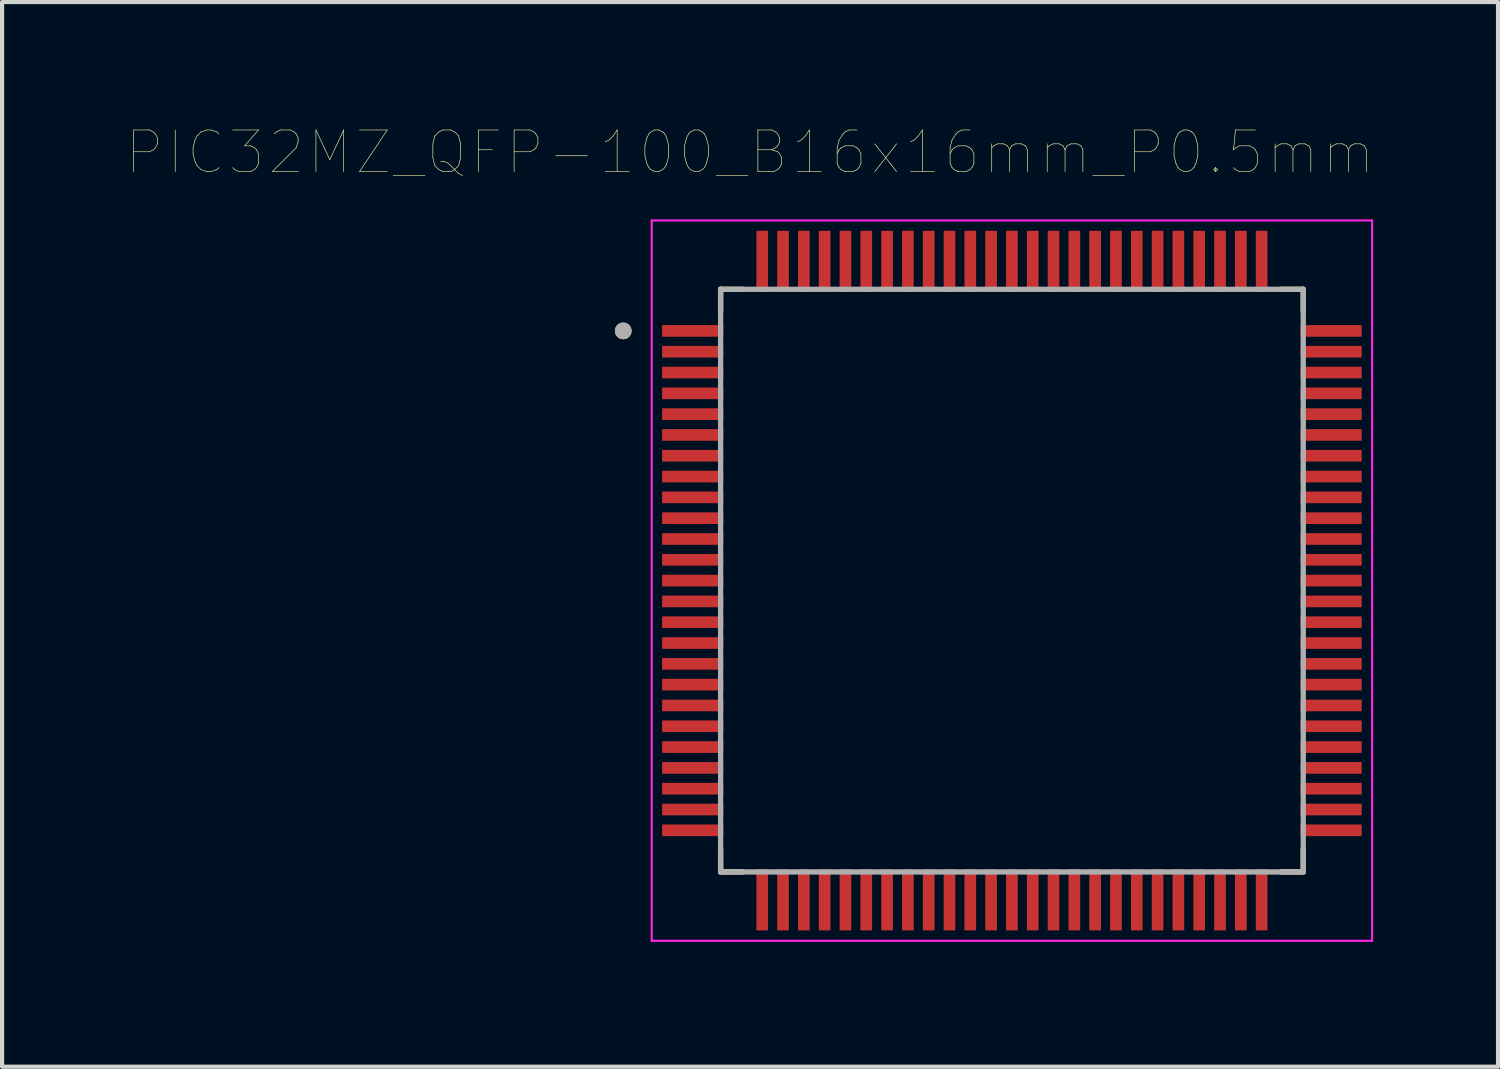
<source format=kicad_pcb>
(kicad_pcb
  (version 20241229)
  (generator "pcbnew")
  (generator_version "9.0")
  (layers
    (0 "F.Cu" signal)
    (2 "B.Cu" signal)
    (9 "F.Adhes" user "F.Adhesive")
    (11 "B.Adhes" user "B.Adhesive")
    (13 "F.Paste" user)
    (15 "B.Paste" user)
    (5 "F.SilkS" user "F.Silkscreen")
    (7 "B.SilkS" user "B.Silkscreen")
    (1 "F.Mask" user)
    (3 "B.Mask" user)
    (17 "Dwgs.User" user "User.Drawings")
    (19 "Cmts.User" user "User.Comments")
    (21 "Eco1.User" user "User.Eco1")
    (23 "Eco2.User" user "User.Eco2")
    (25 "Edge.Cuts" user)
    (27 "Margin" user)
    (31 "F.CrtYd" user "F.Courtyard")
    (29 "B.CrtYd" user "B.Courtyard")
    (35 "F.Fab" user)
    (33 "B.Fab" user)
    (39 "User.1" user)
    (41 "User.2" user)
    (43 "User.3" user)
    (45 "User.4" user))
  (footprint "PIC32MZ_QFP-100_B16x16mm_P0.5mm"
    (layer "F.Cu")
    (at 21.265 10.901)
    (property "Reference" "PIC32MZ_QFP-100_B16x16mm_P0.5mm" (at -6.295 -10.29 0) (layer "F.SilkS") (effects (font (size 1 1) (thickness 0.015))))
    (attr through_hole)
    (fp_line (start -7 -7) (end -7 -6.46) (stroke (width 0.127) (type solid)) (layer "F.SilkS"))
    (fp_line (start -7 -7) (end -6.46 -7) (stroke (width 0.127) (type solid)) (layer "F.SilkS"))
    (fp_line (start -7 7) (end -7 6.46) (stroke (width 0.127) (type solid)) (layer "F.SilkS"))
    (fp_line (start -7 7) (end -6.46 7) (stroke (width 0.127) (type solid)) (layer "F.SilkS"))
    (fp_line (start 7 -7) (end 6.46 -7) (stroke (width 0.127) (type solid)) (layer "F.SilkS"))
    (fp_line (start 7 -7) (end 7 -6.46) (stroke (width 0.127) (type solid)) (layer "F.SilkS"))
    (fp_line (start 7 7) (end 6.46 7) (stroke (width 0.127) (type solid)) (layer "F.SilkS"))
    (fp_line (start 7 7) (end 7 6.46) (stroke (width 0.127) (type solid)) (layer "F.SilkS"))
    (fp_circle (center -9.34 -6) (end -9.24 -6) (stroke (width 0.2) (type solid)) (fill no) (layer "F.SilkS"))
    (fp_line (start -8.655 -8.655) (end 8.655 -8.655) (stroke (width 0.05) (type solid)) (layer "F.CrtYd"))
    (fp_line (start -8.655 8.655) (end -8.655 -8.655) (stroke (width 0.05) (type solid)) (layer "F.CrtYd"))
    (fp_line (start -8.655 8.655) (end 8.655 8.655) (stroke (width 0.05) (type solid)) (layer "F.CrtYd"))
    (fp_line (start 8.655 8.655) (end 8.655 -8.655) (stroke (width 0.05) (type solid)) (layer "F.CrtYd"))
    (fp_line (start -7 7) (end -7 -7) (stroke (width 0.127) (type solid)) (layer "F.Fab"))
    (fp_line (start 7 -7) (end -7 -7) (stroke (width 0.127) (type solid)) (layer "F.Fab"))
    (fp_line (start 7 7) (end -7 7) (stroke (width 0.127) (type solid)) (layer "F.Fab"))
    (fp_line (start 7 7) (end 7 -7) (stroke (width 0.127) (type solid)) (layer "F.Fab"))
    (fp_circle (center -9.34 -6) (end -9.24 -6) (stroke (width 0.2) (type solid)) (fill no) (layer "F.Fab"))
    (pad "1" smd rect (at -7.67 -6) (size 1.47 0.28) (layers "F.Cu" "F.Mask" "F.Paste"))
    (pad "2" smd rect (at -7.67 -5.5) (size 1.47 0.28) (layers "F.Cu" "F.Mask" "F.Paste"))
    (pad "3" smd rect (at -7.67 -5) (size 1.47 0.28) (layers "F.Cu" "F.Mask" "F.Paste"))
    (pad "4" smd rect (at -7.67 -4.5) (size 1.47 0.28) (layers "F.Cu" "F.Mask" "F.Paste"))
    (pad "5" smd rect (at -7.67 -4) (size 1.47 0.28) (layers "F.Cu" "F.Mask" "F.Paste"))
    (pad "6" smd rect (at -7.67 -3.5) (size 1.47 0.28) (layers "F.Cu" "F.Mask" "F.Paste"))
    (pad "7" smd rect (at -7.67 -3) (size 1.47 0.28) (layers "F.Cu" "F.Mask" "F.Paste"))
    (pad "8" smd rect (at -7.67 -2.5) (size 1.47 0.28) (layers "F.Cu" "F.Mask" "F.Paste"))
    (pad "9" smd rect (at -7.67 -2) (size 1.47 0.28) (layers "F.Cu" "F.Mask" "F.Paste"))
    (pad "10" smd rect (at -7.67 -1.5) (size 1.47 0.28) (layers "F.Cu" "F.Mask" "F.Paste"))
    (pad "11" smd rect (at -7.67 -1) (size 1.47 0.28) (layers "F.Cu" "F.Mask" "F.Paste"))
    (pad "12" smd rect (at -7.67 -0.5) (size 1.47 0.28) (layers "F.Cu" "F.Mask" "F.Paste"))
    (pad "13" smd rect (at -7.67 0) (size 1.47 0.28) (layers "F.Cu" "F.Mask" "F.Paste"))
    (pad "14" smd rect (at -7.67 0.5) (size 1.47 0.28) (layers "F.Cu" "F.Mask" "F.Paste"))
    (pad "15" smd rect (at -7.67 1) (size 1.47 0.28) (layers "F.Cu" "F.Mask" "F.Paste"))
    (pad "16" smd rect (at -7.67 1.5) (size 1.47 0.28) (layers "F.Cu" "F.Mask" "F.Paste"))
    (pad "17" smd rect (at -7.67 2) (size 1.47 0.28) (layers "F.Cu" "F.Mask" "F.Paste"))
    (pad "18" smd rect (at -7.67 2.5) (size 1.47 0.28) (layers "F.Cu" "F.Mask" "F.Paste"))
    (pad "19" smd rect (at -7.67 3) (size 1.47 0.28) (layers "F.Cu" "F.Mask" "F.Paste"))
    (pad "20" smd rect (at -7.67 3.5) (size 1.47 0.28) (layers "F.Cu" "F.Mask" "F.Paste"))
    (pad "21" smd rect (at -7.67 4) (size 1.47 0.28) (layers "F.Cu" "F.Mask" "F.Paste"))
    (pad "22" smd rect (at -7.67 4.5) (size 1.47 0.28) (layers "F.Cu" "F.Mask" "F.Paste"))
    (pad "23" smd rect (at -7.67 5) (size 1.47 0.28) (layers "F.Cu" "F.Mask" "F.Paste"))
    (pad "24" smd rect (at -7.67 5.5) (size 1.47 0.28) (layers "F.Cu" "F.Mask" "F.Paste"))
    (pad "25" smd rect (at -7.67 6) (size 1.47 0.28) (layers "F.Cu" "F.Mask" "F.Paste"))
    (pad "26" smd rect (at -6 7.67) (size 0.28 1.47) (layers "F.Cu" "F.Mask" "F.Paste"))
    (pad "27" smd rect (at -5.5 7.67) (size 0.28 1.47) (layers "F.Cu" "F.Mask" "F.Paste"))
    (pad "28" smd rect (at -5 7.67) (size 0.28 1.47) (layers "F.Cu" "F.Mask" "F.Paste"))
    (pad "29" smd rect (at -4.5 7.67) (size 0.28 1.47) (layers "F.Cu" "F.Mask" "F.Paste"))
    (pad "30" smd rect (at -4 7.67) (size 0.28 1.47) (layers "F.Cu" "F.Mask" "F.Paste"))
    (pad "31" smd rect (at -3.5 7.67) (size 0.28 1.47) (layers "F.Cu" "F.Mask" "F.Paste"))
    (pad "32" smd rect (at -3 7.67) (size 0.28 1.47) (layers "F.Cu" "F.Mask" "F.Paste"))
    (pad "33" smd rect (at -2.5 7.67) (size 0.28 1.47) (layers "F.Cu" "F.Mask" "F.Paste"))
    (pad "34" smd rect (at -2 7.67) (size 0.28 1.47) (layers "F.Cu" "F.Mask" "F.Paste"))
    (pad "35" smd rect (at -1.5 7.67) (size 0.28 1.47) (layers "F.Cu" "F.Mask" "F.Paste"))
    (pad "36" smd rect (at -1 7.67) (size 0.28 1.47) (layers "F.Cu" "F.Mask" "F.Paste"))
    (pad "37" smd rect (at -0.5 7.67) (size 0.28 1.47) (layers "F.Cu" "F.Mask" "F.Paste"))
    (pad "38" smd rect (at 0 7.67) (size 0.28 1.47) (layers "F.Cu" "F.Mask" "F.Paste"))
    (pad "39" smd rect (at 0.5 7.67) (size 0.28 1.47) (layers "F.Cu" "F.Mask" "F.Paste"))
    (pad "40" smd rect (at 1 7.67) (size 0.28 1.47) (layers "F.Cu" "F.Mask" "F.Paste"))
    (pad "41" smd rect (at 1.5 7.67) (size 0.28 1.47) (layers "F.Cu" "F.Mask" "F.Paste"))
    (pad "42" smd rect (at 2 7.67) (size 0.28 1.47) (layers "F.Cu" "F.Mask" "F.Paste"))
    (pad "43" smd rect (at 2.5 7.67) (size 0.28 1.47) (layers "F.Cu" "F.Mask" "F.Paste"))
    (pad "44" smd rect (at 3 7.67) (size 0.28 1.47) (layers "F.Cu" "F.Mask" "F.Paste"))
    (pad "45" smd rect (at 3.5 7.67) (size 0.28 1.47) (layers "F.Cu" "F.Mask" "F.Paste"))
    (pad "46" smd rect (at 4 7.67) (size 0.28 1.47) (layers "F.Cu" "F.Mask" "F.Paste"))
    (pad "47" smd rect (at 4.5 7.67) (size 0.28 1.47) (layers "F.Cu" "F.Mask" "F.Paste"))
    (pad "48" smd rect (at 5 7.67) (size 0.28 1.47) (layers "F.Cu" "F.Mask" "F.Paste"))
    (pad "49" smd rect (at 5.5 7.67) (size 0.28 1.47) (layers "F.Cu" "F.Mask" "F.Paste"))
    (pad "50" smd rect (at 6 7.67) (size 0.28 1.47) (layers "F.Cu" "F.Mask" "F.Paste"))
    (pad "51" smd rect (at 7.67 6) (size 1.47 0.28) (layers "F.Cu" "F.Mask" "F.Paste"))
    (pad "52" smd rect (at 7.67 5.5) (size 1.47 0.28) (layers "F.Cu" "F.Mask" "F.Paste"))
    (pad "53" smd rect (at 7.67 5) (size 1.47 0.28) (layers "F.Cu" "F.Mask" "F.Paste"))
    (pad "54" smd rect (at 7.67 4.5) (size 1.47 0.28) (layers "F.Cu" "F.Mask" "F.Paste"))
    (pad "55" smd rect (at 7.67 4) (size 1.47 0.28) (layers "F.Cu" "F.Mask" "F.Paste"))
    (pad "56" smd rect (at 7.67 3.5) (size 1.47 0.28) (layers "F.Cu" "F.Mask" "F.Paste"))
    (pad "57" smd rect (at 7.67 3) (size 1.47 0.28) (layers "F.Cu" "F.Mask" "F.Paste"))
    (pad "58" smd rect (at 7.67 2.5) (size 1.47 0.28) (layers "F.Cu" "F.Mask" "F.Paste"))
    (pad "59" smd rect (at 7.67 2) (size 1.47 0.28) (layers "F.Cu" "F.Mask" "F.Paste"))
    (pad "60" smd rect (at 7.67 1.5) (size 1.47 0.28) (layers "F.Cu" "F.Mask" "F.Paste"))
    (pad "61" smd rect (at 7.67 1) (size 1.47 0.28) (layers "F.Cu" "F.Mask" "F.Paste"))
    (pad "62" smd rect (at 7.67 0.5) (size 1.47 0.28) (layers "F.Cu" "F.Mask" "F.Paste"))
    (pad "63" smd rect (at 7.67 0) (size 1.47 0.28) (layers "F.Cu" "F.Mask" "F.Paste"))
    (pad "64" smd rect (at 7.67 -0.5) (size 1.47 0.28) (layers "F.Cu" "F.Mask" "F.Paste"))
    (pad "65" smd rect (at 7.67 -1) (size 1.47 0.28) (layers "F.Cu" "F.Mask" "F.Paste"))
    (pad "66" smd rect (at 7.67 -1.5) (size 1.47 0.28) (layers "F.Cu" "F.Mask" "F.Paste"))
    (pad "67" smd rect (at 7.67 -2) (size 1.47 0.28) (layers "F.Cu" "F.Mask" "F.Paste"))
    (pad "68" smd rect (at 7.67 -2.5) (size 1.47 0.28) (layers "F.Cu" "F.Mask" "F.Paste"))
    (pad "69" smd rect (at 7.67 -3) (size 1.47 0.28) (layers "F.Cu" "F.Mask" "F.Paste"))
    (pad "70" smd rect (at 7.67 -3.5) (size 1.47 0.28) (layers "F.Cu" "F.Mask" "F.Paste"))
    (pad "71" smd rect (at 7.67 -4) (size 1.47 0.28) (layers "F.Cu" "F.Mask" "F.Paste"))
    (pad "72" smd rect (at 7.67 -4.5) (size 1.47 0.28) (layers "F.Cu" "F.Mask" "F.Paste"))
    (pad "73" smd rect (at 7.67 -5) (size 1.47 0.28) (layers "F.Cu" "F.Mask" "F.Paste"))
    (pad "74" smd rect (at 7.67 -5.5) (size 1.47 0.28) (layers "F.Cu" "F.Mask" "F.Paste"))
    (pad "75" smd rect (at 7.67 -6) (size 1.47 0.28) (layers "F.Cu" "F.Mask" "F.Paste"))
    (pad "76" smd rect (at 6 -7.67) (size 0.28 1.47) (layers "F.Cu" "F.Mask" "F.Paste"))
    (pad "77" smd rect (at 5.5 -7.67) (size 0.28 1.47) (layers "F.Cu" "F.Mask" "F.Paste"))
    (pad "78" smd rect (at 5 -7.67) (size 0.28 1.47) (layers "F.Cu" "F.Mask" "F.Paste"))
    (pad "79" smd rect (at 4.5 -7.67) (size 0.28 1.47) (layers "F.Cu" "F.Mask" "F.Paste"))
    (pad "80" smd rect (at 4 -7.67) (size 0.28 1.47) (layers "F.Cu" "F.Mask" "F.Paste"))
    (pad "81" smd rect (at 3.5 -7.67) (size 0.28 1.47) (layers "F.Cu" "F.Mask" "F.Paste"))
    (pad "82" smd rect (at 3 -7.67) (size 0.28 1.47) (layers "F.Cu" "F.Mask" "F.Paste"))
    (pad "83" smd rect (at 2.5 -7.67) (size 0.28 1.47) (layers "F.Cu" "F.Mask" "F.Paste"))
    (pad "84" smd rect (at 2 -7.67) (size 0.28 1.47) (layers "F.Cu" "F.Mask" "F.Paste"))
    (pad "85" smd rect (at 1.5 -7.67) (size 0.28 1.47) (layers "F.Cu" "F.Mask" "F.Paste"))
    (pad "86" smd rect (at 1 -7.67) (size 0.28 1.47) (layers "F.Cu" "F.Mask" "F.Paste"))
    (pad "87" smd rect (at 0.5 -7.67) (size 0.28 1.47) (layers "F.Cu" "F.Mask" "F.Paste"))
    (pad "88" smd rect (at 0 -7.67) (size 0.28 1.47) (layers "F.Cu" "F.Mask" "F.Paste"))
    (pad "89" smd rect (at -0.5 -7.67) (size 0.28 1.47) (layers "F.Cu" "F.Mask" "F.Paste"))
    (pad "90" smd rect (at -1 -7.67) (size 0.28 1.47) (layers "F.Cu" "F.Mask" "F.Paste"))
    (pad "91" smd rect (at -1.5 -7.67) (size 0.28 1.47) (layers "F.Cu" "F.Mask" "F.Paste"))
    (pad "92" smd rect (at -2 -7.67) (size 0.28 1.47) (layers "F.Cu" "F.Mask" "F.Paste"))
    (pad "93" smd rect (at -2.5 -7.67) (size 0.28 1.47) (layers "F.Cu" "F.Mask" "F.Paste"))
    (pad "94" smd rect (at -3 -7.67) (size 0.28 1.47) (layers "F.Cu" "F.Mask" "F.Paste"))
    (pad "95" smd rect (at -3.5 -7.67) (size 0.28 1.47) (layers "F.Cu" "F.Mask" "F.Paste"))
    (pad "96" smd rect (at -4 -7.67) (size 0.28 1.47) (layers "F.Cu" "F.Mask" "F.Paste"))
    (pad "97" smd rect (at -4.5 -7.67) (size 0.28 1.47) (layers "F.Cu" "F.Mask" "F.Paste"))
    (pad "98" smd rect (at -5 -7.67) (size 0.28 1.47) (layers "F.Cu" "F.Mask" "F.Paste"))
    (pad "99" smd rect (at -5.5 -7.67) (size 0.28 1.47) (layers "F.Cu" "F.Mask" "F.Paste"))
    (pad "100" smd rect (at -6 -7.67) (size 0.28 1.47) (layers "F.Cu" "F.Mask" "F.Paste")))
  (gr_rect
    (start -3 -3)
    (end 32.945 22.581)
    (stroke (width 0.1) (type default))
    (fill no)
    (layer "Edge.Cuts")))
</source>
